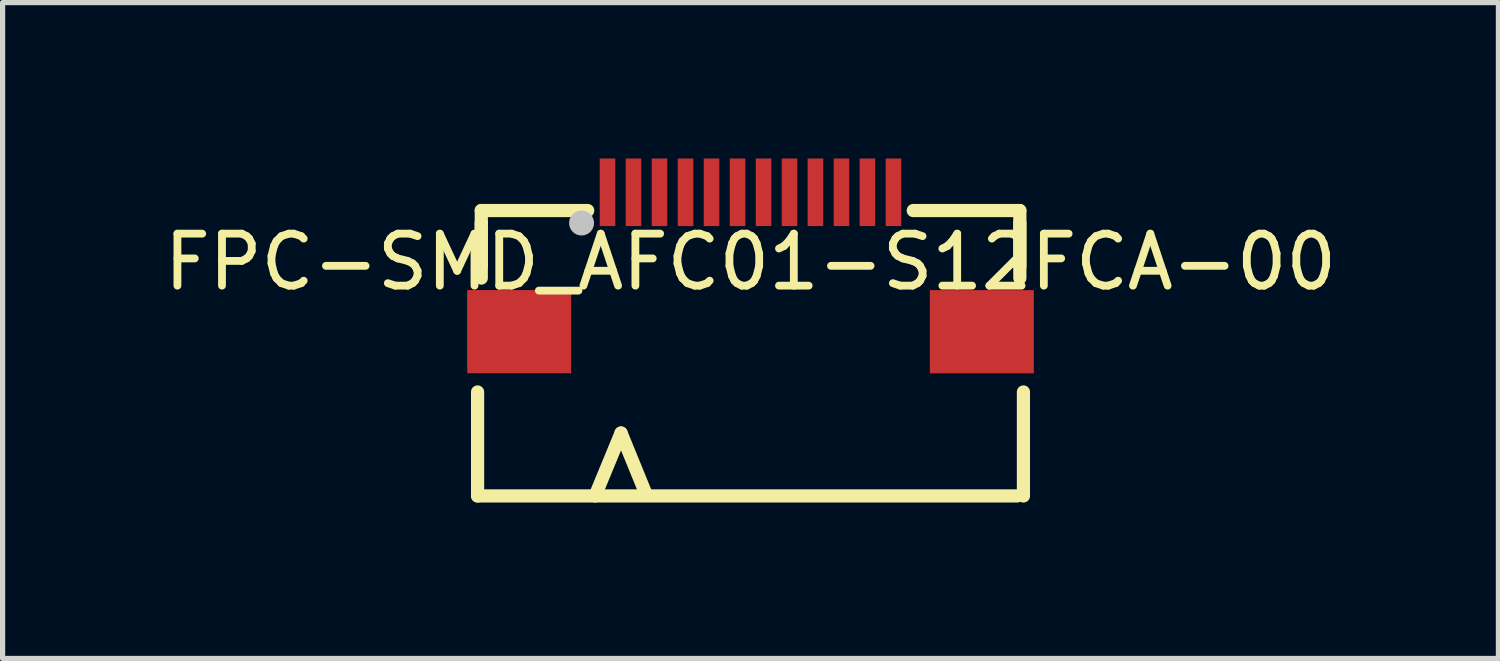
<source format=kicad_pcb>
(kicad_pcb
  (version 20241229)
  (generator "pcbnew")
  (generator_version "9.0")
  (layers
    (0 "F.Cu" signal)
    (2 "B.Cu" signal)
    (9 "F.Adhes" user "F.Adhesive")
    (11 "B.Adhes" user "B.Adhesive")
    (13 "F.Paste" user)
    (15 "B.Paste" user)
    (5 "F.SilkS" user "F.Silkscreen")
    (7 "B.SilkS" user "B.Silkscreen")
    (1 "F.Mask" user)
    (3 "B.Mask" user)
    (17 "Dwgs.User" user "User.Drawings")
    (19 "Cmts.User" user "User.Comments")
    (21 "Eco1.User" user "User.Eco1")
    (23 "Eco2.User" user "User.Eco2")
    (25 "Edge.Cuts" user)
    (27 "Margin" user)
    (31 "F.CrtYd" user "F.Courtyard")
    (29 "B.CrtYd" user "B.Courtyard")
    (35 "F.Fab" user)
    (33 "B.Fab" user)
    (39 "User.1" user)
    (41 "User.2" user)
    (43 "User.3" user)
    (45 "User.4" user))
  (footprint "FPC-SMD_AFC01-S12FCA-00"
    (layer "F.Cu")
    (at 11.387 1.99)
    (property "Reference" "FPC-SMD_AFC01-S12FCA-00" (at 0 0 0) (layer "F.SilkS") (effects (font (size 1 1) (thickness 0.15))))
    (fp_line (start -5.25 2.5) (end -5.25 4.5) (stroke (width 0.254) (type default)) (layer "F.SilkS"))
    (fp_line (start -5.25 4.5) (end 5.13 4.5) (stroke (width 0.254) (type default)) (layer "F.SilkS"))
    (fp_line (start -5.179 -0.99) (end -5.179 0.08) (stroke (width 0.254) (type default)) (layer "F.SilkS"))
    (fp_line (start -5.179 -0.99) (end -3.132 -0.99) (stroke (width 0.254) (type default)) (layer "F.SilkS"))
    (fp_line (start -5.179 -0.76) (end -5.179 0.309) (stroke (width 0.254) (type default)) (layer "F.SilkS"))
    (fp_line (start -2.49 3.29) (end -2.99 4.5) (stroke (width 0.254) (type default)) (layer "F.SilkS"))
    (fp_line (start -2 4.49) (end -2.49 3.29) (stroke (width 0.254) (type default)) (layer "F.SilkS"))
    (fp_line (start 3.131 -0.99) (end 5.181 -0.99) (stroke (width 0.254) (type default)) (layer "F.SilkS"))
    (fp_line (start 5.181 -0.99) (end 5.181 0.08) (stroke (width 0.254) (type default)) (layer "F.SilkS"))
    (fp_line (start 5.181 -0.76) (end 5.181 0.309) (stroke (width 0.254) (type default)) (layer "F.SilkS"))
    (fp_line (start 5.25 2.5) (end 5.25 4.5) (stroke (width 0.254) (type default)) (layer "F.SilkS"))
    (fp_circle (center -3.25 -0.75) (end -3.13 -0.75) (stroke (width 0.24) (type default)) (fill no) (layer "Dwgs.User"))
    (fp_poly (pts (xy -5.2 0.84) (xy -3.7 0.84) (xy -3.7 1.84) (xy -5.2 1.84)) (stroke (width 0.1) (type default)) (fill no) (layer "User.1"))
    (fp_poly (pts (xy -2.85 -0.99) (xy -2.85 -1.69) (xy -2.651 -1.69) (xy -2.651 -0.99)) (stroke (width 0.1) (type default)) (fill no) (layer "User.1"))
    (fp_poly (pts (xy -2.85 -0.98) (xy -2.85 -1) (xy -2.651 -1) (xy -2.651 -0.98)) (stroke (width 0.1) (type default)) (fill no) (layer "User.1"))
    (fp_poly (pts (xy -2.351 -0.99) (xy -2.351 -1.69) (xy -2.151 -1.69) (xy -2.151 -0.99)) (stroke (width 0.1) (type default)) (fill no) (layer "User.1"))
    (fp_poly (pts (xy -2.351 -0.98) (xy -2.351 -1) (xy -2.151 -1) (xy -2.151 -0.98)) (stroke (width 0.1) (type default)) (fill no) (layer "User.1"))
    (fp_poly (pts (xy -1.851 -0.99) (xy -1.851 -1.69) (xy -1.651 -1.69) (xy -1.651 -0.99)) (stroke (width 0.1) (type default)) (fill no) (layer "User.1"))
    (fp_poly (pts (xy -1.851 -0.98) (xy -1.851 -1) (xy -1.651 -1) (xy -1.651 -0.98)) (stroke (width 0.1) (type default)) (fill no) (layer "User.1"))
    (fp_poly (pts (xy -1.351 -0.99) (xy -1.351 -1.69) (xy -1.151 -1.69) (xy -1.151 -0.99)) (stroke (width 0.1) (type default)) (fill no) (layer "User.1"))
    (fp_poly (pts (xy -1.351 -0.98) (xy -1.351 -1) (xy -1.151 -1) (xy -1.151 -0.98)) (stroke (width 0.1) (type default)) (fill no) (layer "User.1"))
    (fp_poly (pts (xy -0.85 -0.99) (xy -0.85 -1.69) (xy -0.65 -1.69) (xy -0.65 -0.99)) (stroke (width 0.1) (type default)) (fill no) (layer "User.1"))
    (fp_poly (pts (xy -0.85 -0.98) (xy -0.85 -1) (xy -0.65 -1) (xy -0.65 -0.98)) (stroke (width 0.1) (type default)) (fill no) (layer "User.1"))
    (fp_poly (pts (xy -0.349 -0.99) (xy -0.349 -1.69) (xy -0.149 -1.69) (xy -0.149 -0.99)) (stroke (width 0.1) (type default)) (fill no) (layer "User.1"))
    (fp_poly (pts (xy -0.349 -0.98) (xy -0.349 -1) (xy -0.149 -1) (xy -0.149 -0.98)) (stroke (width 0.1) (type default)) (fill no) (layer "User.1"))
    (fp_poly (pts (xy 0.15 -0.99) (xy 0.15 -1.69) (xy 0.35 -1.69) (xy 0.35 -0.99)) (stroke (width 0.1) (type default)) (fill no) (layer "User.1"))
    (fp_poly (pts (xy 0.15 -0.98) (xy 0.15 -1) (xy 0.35 -1) (xy 0.35 -0.98)) (stroke (width 0.1) (type default)) (fill no) (layer "User.1"))
    (fp_poly (pts (xy 0.65 -0.99) (xy 0.65 -1.69) (xy 0.85 -1.69) (xy 0.85 -0.99)) (stroke (width 0.1) (type default)) (fill no) (layer "User.1"))
    (fp_poly (pts (xy 0.65 -0.98) (xy 0.65 -1) (xy 0.85 -1) (xy 0.85 -0.98)) (stroke (width 0.1) (type default)) (fill no) (layer "User.1"))
    (fp_poly (pts (xy 1.149 -0.99) (xy 1.149 -1.69) (xy 1.349 -1.69) (xy 1.349 -0.99)) (stroke (width 0.1) (type default)) (fill no) (layer "User.1"))
    (fp_poly (pts (xy 1.149 -0.98) (xy 1.149 -1) (xy 1.349 -1) (xy 1.349 -0.98)) (stroke (width 0.1) (type default)) (fill no) (layer "User.1"))
    (fp_poly (pts (xy 1.649 -0.99) (xy 1.649 -1.69) (xy 1.849 -1.69) (xy 1.849 -0.99)) (stroke (width 0.1) (type default)) (fill no) (layer "User.1"))
    (fp_poly (pts (xy 1.649 -0.98) (xy 1.649 -1) (xy 1.849 -1) (xy 1.849 -0.98)) (stroke (width 0.1) (type default)) (fill no) (layer "User.1"))
    (fp_poly (pts (xy 2.15 -0.99) (xy 2.15 -1.69) (xy 2.349 -1.69) (xy 2.349 -0.99)) (stroke (width 0.1) (type default)) (fill no) (layer "User.1"))
    (fp_poly (pts (xy 2.15 -0.98) (xy 2.15 -1) (xy 2.349 -1) (xy 2.349 -0.98)) (stroke (width 0.1) (type default)) (fill no) (layer "User.1"))
    (fp_poly (pts (xy 2.65 -0.99) (xy 2.65 -1.69) (xy 2.85 -1.69) (xy 2.85 -0.99)) (stroke (width 0.1) (type default)) (fill no) (layer "User.1"))
    (fp_poly (pts (xy 2.65 -0.98) (xy 2.65 -1) (xy 2.85 -1) (xy 2.85 -0.98)) (stroke (width 0.1) (type default)) (fill no) (layer "User.1"))
    (fp_poly (pts (xy 5.2 1.841) (xy 3.7 1.841) (xy 3.7 0.841) (xy 5.2 0.841)) (stroke (width 0.1) (type default)) (fill no) (layer "User.1"))
    (fp_line (start -5.2 -0.99) (end 5.2 -0.99) (stroke (width 0.051) (type default)) (layer "User.2"))
    (fp_line (start -5.2 4.41) (end -5.2 -0.99) (stroke (width 0.051) (type default)) (layer "User.2"))
    (fp_line (start 5.2 -0.99) (end 5.2 4.41) (stroke (width 0.051) (type default)) (layer "User.2"))
    (fp_line (start 5.2 4.41) (end -5.2 4.41) (stroke (width 0.051) (type default)) (layer "User.2"))
    (fp_poly (pts (xy -5.14 -1.69) (xy -5.158 -1.732) (xy -5.2 -1.75) (xy -5.242 -1.732) (xy -5.26 -1.69) (xy -5.242 -1.648) (xy -5.2 -1.63) (xy -5.158 -1.648)) (stroke (width 0.1) (type default)) (fill no) (layer "User.3"))
    (pad "1" smd rect (at -2.751 -1.341) (size 0.3 1.3) (layers "F.Cu" "F.Mask" "F.Paste"))
    (pad "2" smd rect (at -2.251 -1.341) (size 0.3 1.3) (layers "F.Cu" "F.Mask" "F.Paste"))
    (pad "3" smd rect (at -1.751 -1.341) (size 0.3 1.3) (layers "F.Cu" "F.Mask" "F.Paste"))
    (pad "4" smd rect (at -1.25 -1.341) (size 0.3 1.3) (layers "F.Cu" "F.Mask" "F.Paste"))
    (pad "5" smd rect (at -0.75 -1.341) (size 0.3 1.3) (layers "F.Cu" "F.Mask" "F.Paste"))
    (pad "6" smd rect (at -0.249 -1.341) (size 0.3 1.3) (layers "F.Cu" "F.Mask" "F.Paste"))
    (pad "7" smd rect (at 0.251 -1.341) (size 0.3 1.3) (layers "F.Cu" "F.Mask" "F.Paste"))
    (pad "8" smd rect (at 0.75 -1.341) (size 0.3 1.3) (layers "F.Cu" "F.Mask" "F.Paste"))
    (pad "9" smd rect (at 1.249 -1.341) (size 0.3 1.3) (layers "F.Cu" "F.Mask" "F.Paste"))
    (pad "10" smd rect (at 1.75 -1.341) (size 0.3 1.3) (layers "F.Cu" "F.Mask" "F.Paste"))
    (pad "11" smd rect (at 2.249 -1.341) (size 0.3 1.3) (layers "F.Cu" "F.Mask" "F.Paste"))
    (pad "12" smd rect (at 2.75 -1.341) (size 0.3 1.3) (layers "F.Cu" "F.Mask" "F.Paste"))
    (pad "13" smd rect (at -4.45 1.34) (size 2 1.6) (layers "F.Cu" "F.Mask" "F.Paste"))
    (pad "14" smd rect (at 4.45 1.341 180) (size 2 1.6) (layers "F.Cu" "F.Mask" "F.Paste")))
  (gr_rect
    (start -3 -3)
    (end 25.774 9.617)
    (stroke (width 0.1) (type default))
    (fill no)
    (layer "Edge.Cuts")))
</source>
